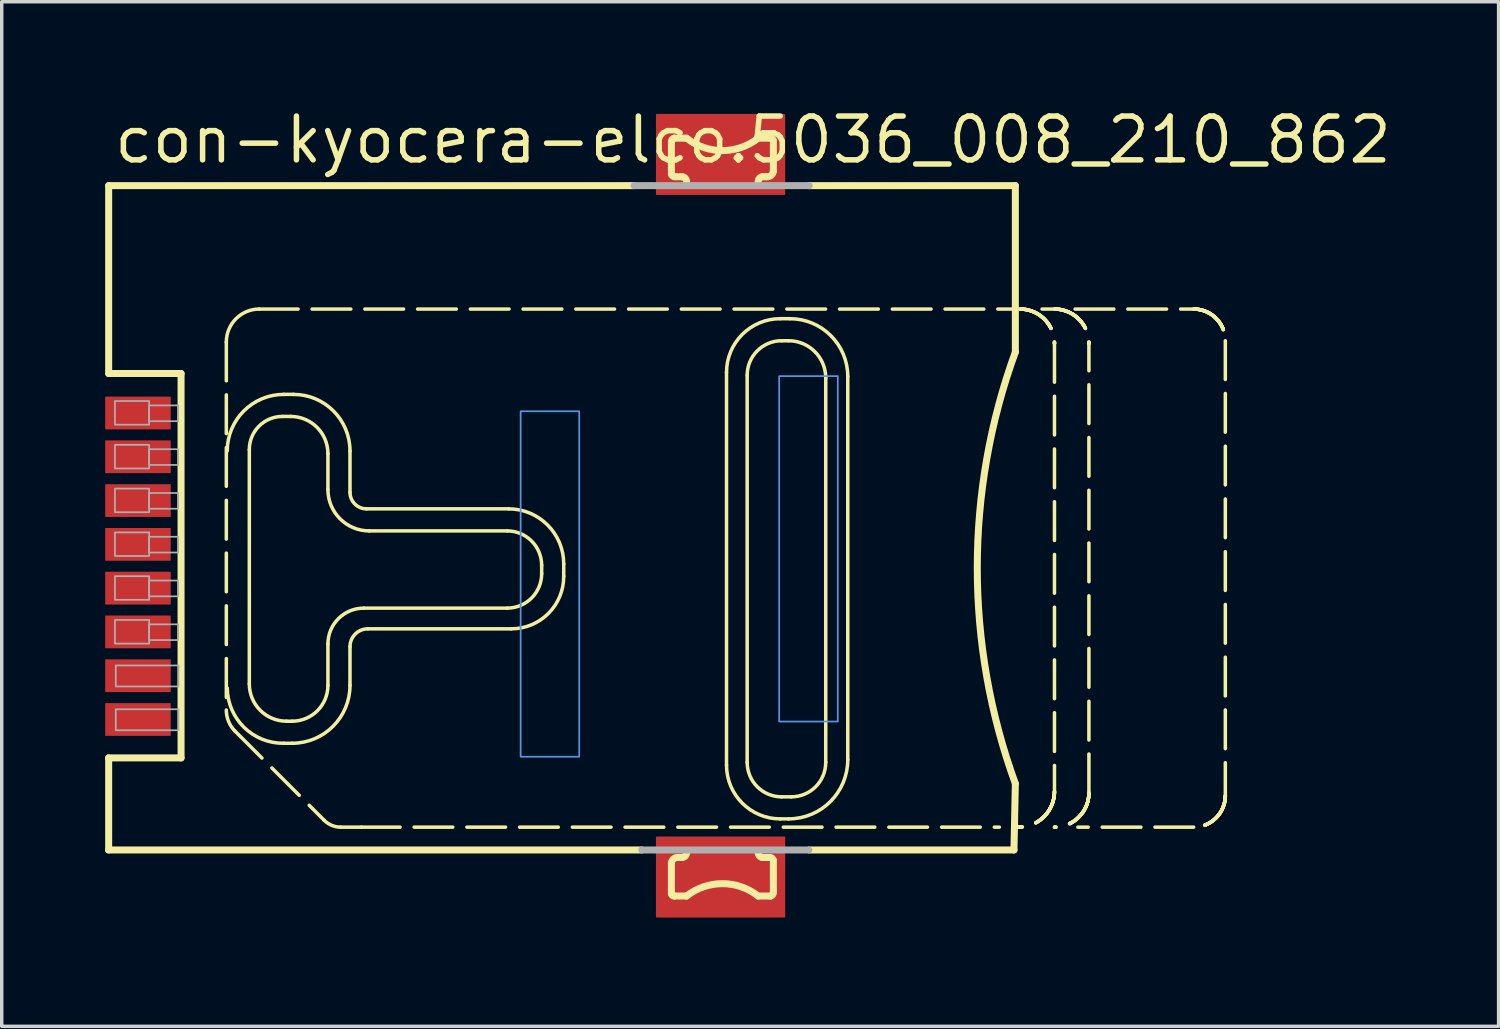
<source format=kicad_pcb>
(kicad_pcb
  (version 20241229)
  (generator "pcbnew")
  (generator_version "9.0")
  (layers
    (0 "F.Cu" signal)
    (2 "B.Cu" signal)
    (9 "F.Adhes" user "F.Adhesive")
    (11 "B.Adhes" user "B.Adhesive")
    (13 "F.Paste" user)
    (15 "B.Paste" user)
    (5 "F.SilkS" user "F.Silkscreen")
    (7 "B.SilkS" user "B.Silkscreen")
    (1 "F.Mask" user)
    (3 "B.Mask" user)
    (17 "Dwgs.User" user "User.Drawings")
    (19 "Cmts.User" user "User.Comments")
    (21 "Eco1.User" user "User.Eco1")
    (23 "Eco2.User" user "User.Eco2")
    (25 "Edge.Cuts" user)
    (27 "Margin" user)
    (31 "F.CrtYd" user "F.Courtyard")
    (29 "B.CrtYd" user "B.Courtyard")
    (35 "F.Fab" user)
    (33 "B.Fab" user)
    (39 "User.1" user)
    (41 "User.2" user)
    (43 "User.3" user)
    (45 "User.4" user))
  (footprint "con-kyocera-elco.5036_008_210_862"
    (layer "F.Cu")
    (at 17.852 11.91)
    (property "Reference" "con-kyocera-elco.5036_008_210_862" (at -17.67 -10.16 0) (layer "F.SilkS") (effects (font (size 1.27 1.27) (thickness 0.16)) (justify left bottom)))
    (attr smd)
    (fp_rect (start -1.85 -9.33) (end 1.85 -11.63) (stroke (width 0.05) (type default)) (fill yes) (layer "F.Cu"))
    (fp_rect (start -1.85 11.63) (end 1.85 9.33) (stroke (width 0.05) (type default)) (fill yes) (layer "F.Cu"))
    (fp_rect (start -1.975 -9.175) (end 1.975 -11.75) (stroke (width 0.05) (type default)) (fill yes) (layer "F.Mask"))
    (fp_rect (start -1.975 11.785) (end 1.975 9.21) (stroke (width 0.05) (type default)) (fill yes) (layer "F.Mask"))
    (fp_line (start -17.75 -9.575) (end -2.51 -9.575) (stroke (width 0.203) (type default)) (layer "F.SilkS"))
    (fp_line (start -17.75 -4.125) (end -17.75 -9.575) (stroke (width 0.203) (type default)) (layer "F.SilkS"))
    (fp_line (start -17.75 7.025) (end -15.65 7.025) (stroke (width 0.203) (type default)) (layer "F.SilkS"))
    (fp_line (start -17.75 9.695) (end -17.75 7.025) (stroke (width 0.203) (type default)) (layer "F.SilkS"))
    (fp_line (start -15.65 -4.125) (end -17.75 -4.125) (stroke (width 0.203) (type default)) (layer "F.SilkS"))
    (fp_line (start -15.65 7.025) (end -15.65 -4.125) (stroke (width 0.203) (type default)) (layer "F.SilkS"))
    (fp_line (start -14.337 -5.036) (end -14.337 5.636) (stroke (width 0.102) (type dash)) (layer "F.SilkS"))
    (fp_line (start -14.097 6.235) (end -11.499 8.833) (stroke (width 0.102) (type dash)) (layer "F.SilkS"))
    (fp_line (start -13.67 4.88) (end -13.67 -1.92) (stroke (width 0.102) (type default)) (layer "F.SilkS"))
    (fp_line (start -13.378 -5.995) (end 8.605 -5.995) (stroke (width 0.102) (type dash)) (layer "F.SilkS"))
    (fp_line (start -12.71 -2.88) (end -12.47 -2.88) (stroke (width 0.102) (type default)) (layer "F.SilkS"))
    (fp_line (start -12.67 -3.52) (end -12.39 -3.52) (stroke (width 0.102) (type default)) (layer "F.SilkS"))
    (fp_line (start -12.43 5.96) (end -12.59 5.96) (stroke (width 0.102) (type default)) (layer "F.SilkS"))
    (fp_line (start -12.43 6.6) (end -12.67 6.6) (stroke (width 0.102) (type default)) (layer "F.SilkS"))
    (fp_line (start -11.39 -1.8) (end -11.39 -0.76) (stroke (width 0.102) (type default)) (layer "F.SilkS"))
    (fp_line (start -11.39 3.72) (end -11.39 4.92) (stroke (width 0.102) (type default)) (layer "F.SilkS"))
    (fp_line (start -10.75 -1.88) (end -10.75 -0.68) (stroke (width 0.102) (type default)) (layer "F.SilkS"))
    (fp_line (start -10.75 3.8) (end -10.75 4.92) (stroke (width 0.102) (type default)) (layer "F.SilkS"))
    (fp_line (start -10.42 9.033) (end 8.086 9.033) (stroke (width 0.102) (type dash)) (layer "F.SilkS"))
    (fp_line (start -10.27 -0.2) (end -6.15 -0.2) (stroke (width 0.102) (type default)) (layer "F.SilkS"))
    (fp_line (start -10.19 0.44) (end -6.19 0.44) (stroke (width 0.102) (type default)) (layer "F.SilkS"))
    (fp_line (start -6.19 2.68) (end -10.35 2.68) (stroke (width 0.102) (type default)) (layer "F.SilkS"))
    (fp_line (start -6.07 3.28) (end -10.23 3.28) (stroke (width 0.102) (type default)) (layer "F.SilkS"))
    (fp_line (start -5.19 1.44) (end -5.19 1.68) (stroke (width 0.102) (type default)) (layer "F.SilkS"))
    (fp_line (start -4.55 1.4) (end -4.55 1.76) (stroke (width 0.102) (type default)) (layer "F.SilkS"))
    (fp_line (start -2.285 9.695) (end -17.75 9.695) (stroke (width 0.203) (type default)) (layer "F.SilkS"))
    (fp_line (start -1.427 -9.913) (end -1.427 -10.832) (stroke (width 0.203) (type default)) (layer "F.SilkS"))
    (fp_line (start -1.427 10.952) (end -1.427 10.072) (stroke (width 0.203) (type default)) (layer "F.SilkS"))
    (fp_line (start -1.347 -10.952) (end -0.987 -10.952) (stroke (width 0.203) (type default)) (layer "F.SilkS"))
    (fp_line (start -1.227 9.913) (end -1.107 9.913) (stroke (width 0.203) (type default)) (layer "F.SilkS"))
    (fp_line (start -1.107 -9.833) (end -1.307 -9.833) (stroke (width 0.203) (type default)) (layer "F.SilkS"))
    (fp_line (start -0.987 11.032) (end -1.347 11.032) (stroke (width 0.203) (type default)) (layer "F.SilkS"))
    (fp_line (start 0.172 7.235) (end 0.172 -4.157) (stroke (width 0.102) (type default)) (layer "F.SilkS"))
    (fp_line (start 0.771 -4.077) (end 0.771 7.155) (stroke (width 0.102) (type default)) (layer "F.SilkS"))
    (fp_line (start 1.091 -10.952) (end 1.451 -10.952) (stroke (width 0.203) (type default)) (layer "F.SilkS"))
    (fp_line (start 1.211 9.913) (end 1.411 9.913) (stroke (width 0.203) (type default)) (layer "F.SilkS"))
    (fp_line (start 1.331 -9.833) (end 1.211 -9.833) (stroke (width 0.203) (type default)) (layer "F.SilkS"))
    (fp_line (start 1.451 11.032) (end 1.091 11.032) (stroke (width 0.203) (type default)) (layer "F.SilkS"))
    (fp_line (start 1.531 -10.872) (end 1.531 -9.992) (stroke (width 0.203) (type default)) (layer "F.SilkS"))
    (fp_line (start 1.531 9.993) (end 1.531 10.912) (stroke (width 0.203) (type default)) (layer "F.SilkS"))
    (fp_line (start 1.731 -5.716) (end 2.01 -5.716) (stroke (width 0.102) (type default)) (layer "F.SilkS"))
    (fp_line (start 1.771 8.154) (end 2.05 8.154) (stroke (width 0.102) (type default)) (layer "F.SilkS"))
    (fp_line (start 1.97 -5.076) (end 1.771 -5.076) (stroke (width 0.102) (type default)) (layer "F.SilkS"))
    (fp_line (start 1.97 8.793) (end 1.731 8.793) (stroke (width 0.102) (type default)) (layer "F.SilkS"))
    (fp_line (start 2.57 -9.575) (end 8.55 -9.575) (stroke (width 0.203) (type default)) (layer "F.SilkS"))
    (fp_line (start 3.05 7.155) (end 3.05 -3.997) (stroke (width 0.102) (type default)) (layer "F.SilkS"))
    (fp_line (start 3.689 -4.037) (end 3.689 7.075) (stroke (width 0.102) (type default)) (layer "F.SilkS"))
    (fp_line (start 8.51 9.695) (end 2.57 9.695) (stroke (width 0.203) (type default)) (layer "F.SilkS"))
    (fp_line (start 8.55 -9.575) (end 8.55 -4.746) (stroke (width 0.203) (type default)) (layer "F.SilkS"))
    (fp_line (start 8.55 7.769) (end 8.51 9.695) (stroke (width 0.203) (type default)) (layer "F.SilkS"))
    (fp_line (start 8.646 9.033) (end 8.605 9.033) (stroke (width 0.102) (type dash)) (layer "F.SilkS"))
    (fp_line (start 9.685 -5.995) (end 9.325 -5.995) (stroke (width 0.102) (type dash)) (layer "F.SilkS"))
    (fp_line (start 9.685 -4.996) (end 9.685 7.994) (stroke (width 0.102) (type dash)) (layer "F.SilkS"))
    (fp_line (start 10.284 -5.995) (end 13.722 -5.995) (stroke (width 0.102) (type dash)) (layer "F.SilkS"))
    (fp_line (start 10.684 8.034) (end 10.684 -4.996) (stroke (width 0.102) (type dash)) (layer "F.SilkS"))
    (fp_line (start 13.722 9.033) (end 10.364 9.033) (stroke (width 0.102) (type dash)) (layer "F.SilkS"))
    (fp_line (start 14.641 -5.076) (end 14.641 8.114) (stroke (width 0.102) (type dash)) (layer "F.SilkS"))
    (fp_arc (start -14.3373 -5.0362) (mid -14.056328 -5.714528) (end -13.378 -5.9955) (stroke (width 0.1016) (type default)) (layer "F.SilkS"))
    (fp_arc (start -14.31 -1.88) (mid -13.829655 -3.039655) (end -12.67 -3.52) (stroke (width 0.1016) (type default)) (layer "F.SilkS"))
    (fp_arc (start -14.0974 6.2353) (mid -14.275107 5.958662) (end -14.3373 5.6358) (stroke (width 0.1016) (type default)) (layer "F.SilkS"))
    (fp_arc (start -13.67 -1.92) (mid -13.388823 -2.598823) (end -12.71 -2.88) (stroke (width 0.1016) (type default)) (layer "F.SilkS"))
    (fp_arc (start -12.67 6.6) (mid -13.821371 6.139655) (end -14.31 5) (stroke (width 0.1016) (type default)) (layer "F.SilkS"))
    (fp_arc (start -12.59 5.96) (mid -13.353675 5.643675) (end -13.67 4.88) (stroke (width 0.1016) (type default)) (layer "F.SilkS"))
    (fp_arc (start -12.47 -2.88) (mid -11.706325 -2.563675) (end -11.39 -1.8) (stroke (width 0.1016) (type default)) (layer "F.SilkS"))
    (fp_arc (start -12.39 -3.52) (mid -11.230345 -3.039655) (end -10.75 -1.88) (stroke (width 0.1016) (type default)) (layer "F.SilkS"))
    (fp_arc (start -11.39 3.72) (mid -11.085391 2.984609) (end -10.35 2.68) (stroke (width 0.1016) (type default)) (layer "F.SilkS"))
    (fp_arc (start -11.39 4.92) (mid -11.694609 5.655391) (end -12.43 5.96) (stroke (width 0.1016) (type default)) (layer "F.SilkS"))
    (fp_arc (start -11.0197 9.0332) (mid -11.279319 8.980763) (end -11.4994 8.8334) (stroke (width 0.1016) (type default)) (layer "F.SilkS"))
    (fp_arc (start -10.75 3.8) (mid -10.597696 3.432304) (end -10.23 3.28) (stroke (width 0.1016) (type default)) (layer "F.SilkS"))
    (fp_arc (start -10.75 4.92) (mid -11.242061 6.107939) (end -12.43 6.6) (stroke (width 0.1016) (type default)) (layer "F.SilkS"))
    (fp_arc (start -10.4202 9.0332) (mid -10.71995 9.033793) (end -11.0197 9.0332) (stroke (width 0.1016) (type default)) (layer "F.SilkS"))
    (fp_arc (start -10.27 -0.2) (mid -10.609411 -0.340589) (end -10.75 -0.68) (stroke (width 0.1016) (type default)) (layer "F.SilkS"))
    (fp_arc (start -10.19 0.44) (mid -11.038528 0.088528) (end -11.39 -0.76) (stroke (width 0.1016) (type default)) (layer "F.SilkS"))
    (fp_arc (start -6.19 0.44) (mid -5.482893 0.732893) (end -5.19 1.44) (stroke (width 0.1016) (type default)) (layer "F.SilkS"))
    (fp_arc (start -6.15 -0.2) (mid -5.018629 0.268629) (end -4.55 1.4) (stroke (width 0.1016) (type default)) (layer "F.SilkS"))
    (fp_arc (start -5.19 1.68) (mid -5.482893 2.387107) (end -6.19 2.68) (stroke (width 0.1016) (type default)) (layer "F.SilkS"))
    (fp_arc (start -4.55 1.76) (mid -4.995198 2.834802) (end -6.07 3.28) (stroke (width 0.1016) (type default)) (layer "F.SilkS"))
    (fp_arc (start -1.427 10.0725) (mid -1.360196 9.95122) (end -1.2272 9.9127) (stroke (width 0.2032) (type default)) (layer "F.SilkS"))
    (fp_arc (start -1.4269 -10.8318) (mid -1.411782 -10.908298) (end -1.347 -10.9517) (stroke (width 0.2032) (type default)) (layer "F.SilkS"))
    (fp_arc (start -1.3471 11.0318) (mid -1.403598 11.008398) (end -1.427 10.9519) (stroke (width 0.2032) (type default)) (layer "F.SilkS"))
    (fp_arc (start -1.3071 -9.8327) (mid -1.383598 -9.847818) (end -1.427 -9.9126) (stroke (width 0.2032) (type default)) (layer "F.SilkS"))
    (fp_arc (start -1.1072 -9.8326) (mid -1.014163 -9.77746) (end -0.9873 -9.6727) (stroke (width 0.2032) (type default)) (layer "F.SilkS"))
    (fp_arc (start -0.9874 9.7528) (mid -1.01424 9.857543) (end -1.1073 9.9126) (stroke (width 0.2032) (type default)) (layer "F.SilkS"))
    (fp_arc (start -0.9874 11.0318) (mid 0.05185 10.672131) (end 1.0911 11.0318) (stroke (width 0.2032) (type default)) (layer "F.SilkS"))
    (fp_arc (start 0.1719 -4.1569) (mid 0.628462 -5.259138) (end 1.7307 -5.7157) (stroke (width 0.1016) (type default)) (layer "F.SilkS"))
    (fp_arc (start 0.7714 -4.0769) (mid 1.064088 -4.783512) (end 1.7707 -5.0762) (stroke (width 0.1016) (type default)) (layer "F.SilkS"))
    (fp_arc (start 1.0912 -10.9518) (mid 0.05195 -10.592131) (end -0.9873 -10.9518) (stroke (width 0.2032) (type default)) (layer "F.SilkS"))
    (fp_arc (start 1.0912 -9.6728) (mid 1.11804 -9.777543) (end 1.2111 -9.8326) (stroke (width 0.2032) (type default)) (layer "F.SilkS"))
    (fp_arc (start 1.211 9.9126) (mid 1.117963 9.85746) (end 1.0911 9.7527) (stroke (width 0.2032) (type default)) (layer "F.SilkS"))
    (fp_arc (start 1.4109 9.9127) (mid 1.487398 9.927818) (end 1.5308 9.9926) (stroke (width 0.2032) (type default)) (layer "F.SilkS"))
    (fp_arc (start 1.4509 -10.9518) (mid 1.507398 -10.928398) (end 1.5308 -10.8719) (stroke (width 0.2032) (type default)) (layer "F.SilkS"))
    (fp_arc (start 1.5307 10.9118) (mid 1.515582 10.988298) (end 1.4508 11.0317) (stroke (width 0.2032) (type default)) (layer "F.SilkS"))
    (fp_arc (start 1.5308 -9.9925) (mid 1.463996 -9.87122) (end 1.331 -9.8327) (stroke (width 0.2032) (type default)) (layer "F.SilkS"))
    (fp_arc (start 1.7307 8.7934) (mid 0.628462 8.336838) (end 0.1719 7.2346) (stroke (width 0.1016) (type default)) (layer "F.SilkS"))
    (fp_arc (start 1.7707 8.1539) (mid 1.064088 7.861212) (end 0.7714 7.1546) (stroke (width 0.1016) (type default)) (layer "F.SilkS"))
    (fp_arc (start 1.9705 -5.0762) (mid 2.73361 -4.76011) (end 3.0497 -3.997) (stroke (width 0.1016) (type default)) (layer "F.SilkS"))
    (fp_arc (start 2.0105 -5.7157) (mid 3.19752 -5.22402) (end 3.6892 -4.037) (stroke (width 0.1016) (type default)) (layer "F.SilkS"))
    (fp_arc (start 3.0497 7.1546) (mid 2.757012 7.861212) (end 2.0504 8.1539) (stroke (width 0.1016) (type default)) (layer "F.SilkS"))
    (fp_arc (start 3.6892 7.0747) (mid 3.185804 8.290004) (end 1.9705 8.7934) (stroke (width 0.1016) (type default)) (layer "F.SilkS"))
    (fp_arc (start 8.55 7.7688) (mid 7.445615 1.5114) (end 8.55 -4.746) (stroke (width 0.2032) (type default)) (layer "F.SilkS"))
    (fp_arc (start 8.6855 -5.9955) (mid 9.392041 -5.702841) (end 9.6847 -4.9963) (stroke (width 0.1016) (type dash)) (layer "F.SilkS"))
    (fp_arc (start 9.6847 -5.9955) (mid 10.391312 -5.702812) (end 10.684 -4.9962) (stroke (width 0.1016) (type dash)) (layer "F.SilkS"))
    (fp_arc (start 9.6847 7.994) (mid 9.380325 8.728825) (end 8.6455 9.0332) (stroke (width 0.1016) (type dash)) (layer "F.SilkS"))
    (fp_arc (start 10.684 8.0339) (mid 10.391312 8.740512) (end 9.6847 9.0332) (stroke (width 0.1016) (type dash)) (layer "F.SilkS"))
    (fp_arc (start 13.7217 -5.9955) (mid 14.371743 -5.726243) (end 14.641 -5.0762) (stroke (width 0.1016) (type dash)) (layer "F.SilkS"))
    (fp_arc (start 14.641 8.1139) (mid 14.371743 8.763943) (end 13.7217 9.0332) (stroke (width 0.1016) (type dash)) (layer "F.SilkS"))
    (fp_rect (start -1.725 -9.45) (end 1.725 -11.5) (stroke (width 0.05) (type default)) (fill yes) (layer "F.Paste"))
    (fp_rect (start -1.725 11.51) (end 1.725 9.46) (stroke (width 0.05) (type default)) (fill yes) (layer "F.Paste"))
    (fp_rect (start -5.8 6.99) (end -4.1 -3.03) (stroke (width 0.05) (type default)) (fill no) (layer "Cmts.User"))
    (fp_rect (start 1.7 5.97) (end 3.4 -4.05) (stroke (width 0.05) (type default)) (fill no) (layer "Cmts.User"))
    (fp_line (start -2.51 -9.575) (end 2.57 -9.575) (stroke (width 0.203) (type default)) (layer "F.Fab"))
    (fp_line (start 2.56 9.695) (end -2.285 9.695) (stroke (width 0.203) (type default)) (layer "F.Fab"))
    (fp_rect (start -17.568 -2.642) (end -16.576 -3.327) (stroke (width 0.05) (type default)) (fill no) (layer "F.Fab"))
    (fp_rect (start -17.568 -1.372) (end -16.576 -2.057) (stroke (width 0.05) (type default)) (fill no) (layer "F.Fab"))
    (fp_rect (start -17.568 -0.102) (end -16.576 -0.787) (stroke (width 0.05) (type default)) (fill no) (layer "F.Fab"))
    (fp_rect (start -17.568 1.168) (end -16.576 0.483) (stroke (width 0.05) (type default)) (fill no) (layer "F.Fab"))
    (fp_rect (start -17.568 2.438) (end -16.576 1.753) (stroke (width 0.05) (type default)) (fill no) (layer "F.Fab"))
    (fp_rect (start -17.568 3.708) (end -16.576 3.023) (stroke (width 0.05) (type default)) (fill no) (layer "F.Fab"))
    (fp_rect (start -17.543 4.953) (end -15.725 4.343) (stroke (width 0.05) (type default)) (fill no) (layer "F.Fab"))
    (fp_rect (start -17.543 6.223) (end -15.725 5.613) (stroke (width 0.05) (type default)) (fill no) (layer "F.Fab"))
    (fp_rect (start -16.576 -2.743) (end -15.736 -3.2) (stroke (width 0.05) (type default)) (fill no) (layer "F.Fab"))
    (fp_rect (start -16.576 -1.473) (end -15.736 -1.93) (stroke (width 0.05) (type default)) (fill no) (layer "F.Fab"))
    (fp_rect (start -16.576 -0.203) (end -15.736 -0.66) (stroke (width 0.05) (type default)) (fill no) (layer "F.Fab"))
    (fp_rect (start -16.576 1.067) (end -15.736 0.61) (stroke (width 0.05) (type default)) (fill no) (layer "F.Fab"))
    (fp_rect (start -16.576 2.337) (end -15.736 1.88) (stroke (width 0.05) (type default)) (fill no) (layer "F.Fab"))
    (fp_rect (start -16.576 3.607) (end -15.736 3.15) (stroke (width 0.05) (type default)) (fill no) (layer "F.Fab"))
    (pad "C1" smd roundrect (at -16.9 -2.98) (size 1.9 0.95) (layers "F.Cu" "F.Mask" "F.Paste") (roundrect_rratio 0.01))
    (pad "C2" smd roundrect (at -16.9 -0.44) (size 1.9 0.95) (layers "F.Cu" "F.Mask" "F.Paste") (roundrect_rratio 0.01))
    (pad "C3" smd roundrect (at -16.9 2.1) (size 1.9 0.95) (layers "F.Cu" "F.Mask" "F.Paste") (roundrect_rratio 0.01))
    (pad "C4" smd roundrect (at -16.9 4.64) (size 1.9 0.95) (layers "F.Cu" "F.Mask" "F.Paste") (roundrect_rratio 0.01))
    (pad "C5" smd roundrect (at -16.9 -1.71) (size 1.9 0.95) (layers "F.Cu" "F.Mask" "F.Paste") (roundrect_rratio 0.01))
    (pad "C6" smd roundrect (at -16.9 0.83) (size 1.9 0.95) (layers "F.Cu" "F.Mask" "F.Paste") (roundrect_rratio 0.01))
    (pad "C7" smd roundrect (at -16.9 3.37) (size 1.9 0.95) (layers "F.Cu" "F.Mask" "F.Paste") (roundrect_rratio 0.01))
    (pad "C8" smd roundrect (at -16.9 5.91) (size 1.9 0.95) (layers "F.Cu" "F.Mask" "F.Paste") (roundrect_rratio 0.01)))
  (gr_rect
    (start -3 -3)
    (end 40.419 26.72)
    (stroke (width 0.1) (type default))
    (fill no)
    (layer "Edge.Cuts")))
</source>
